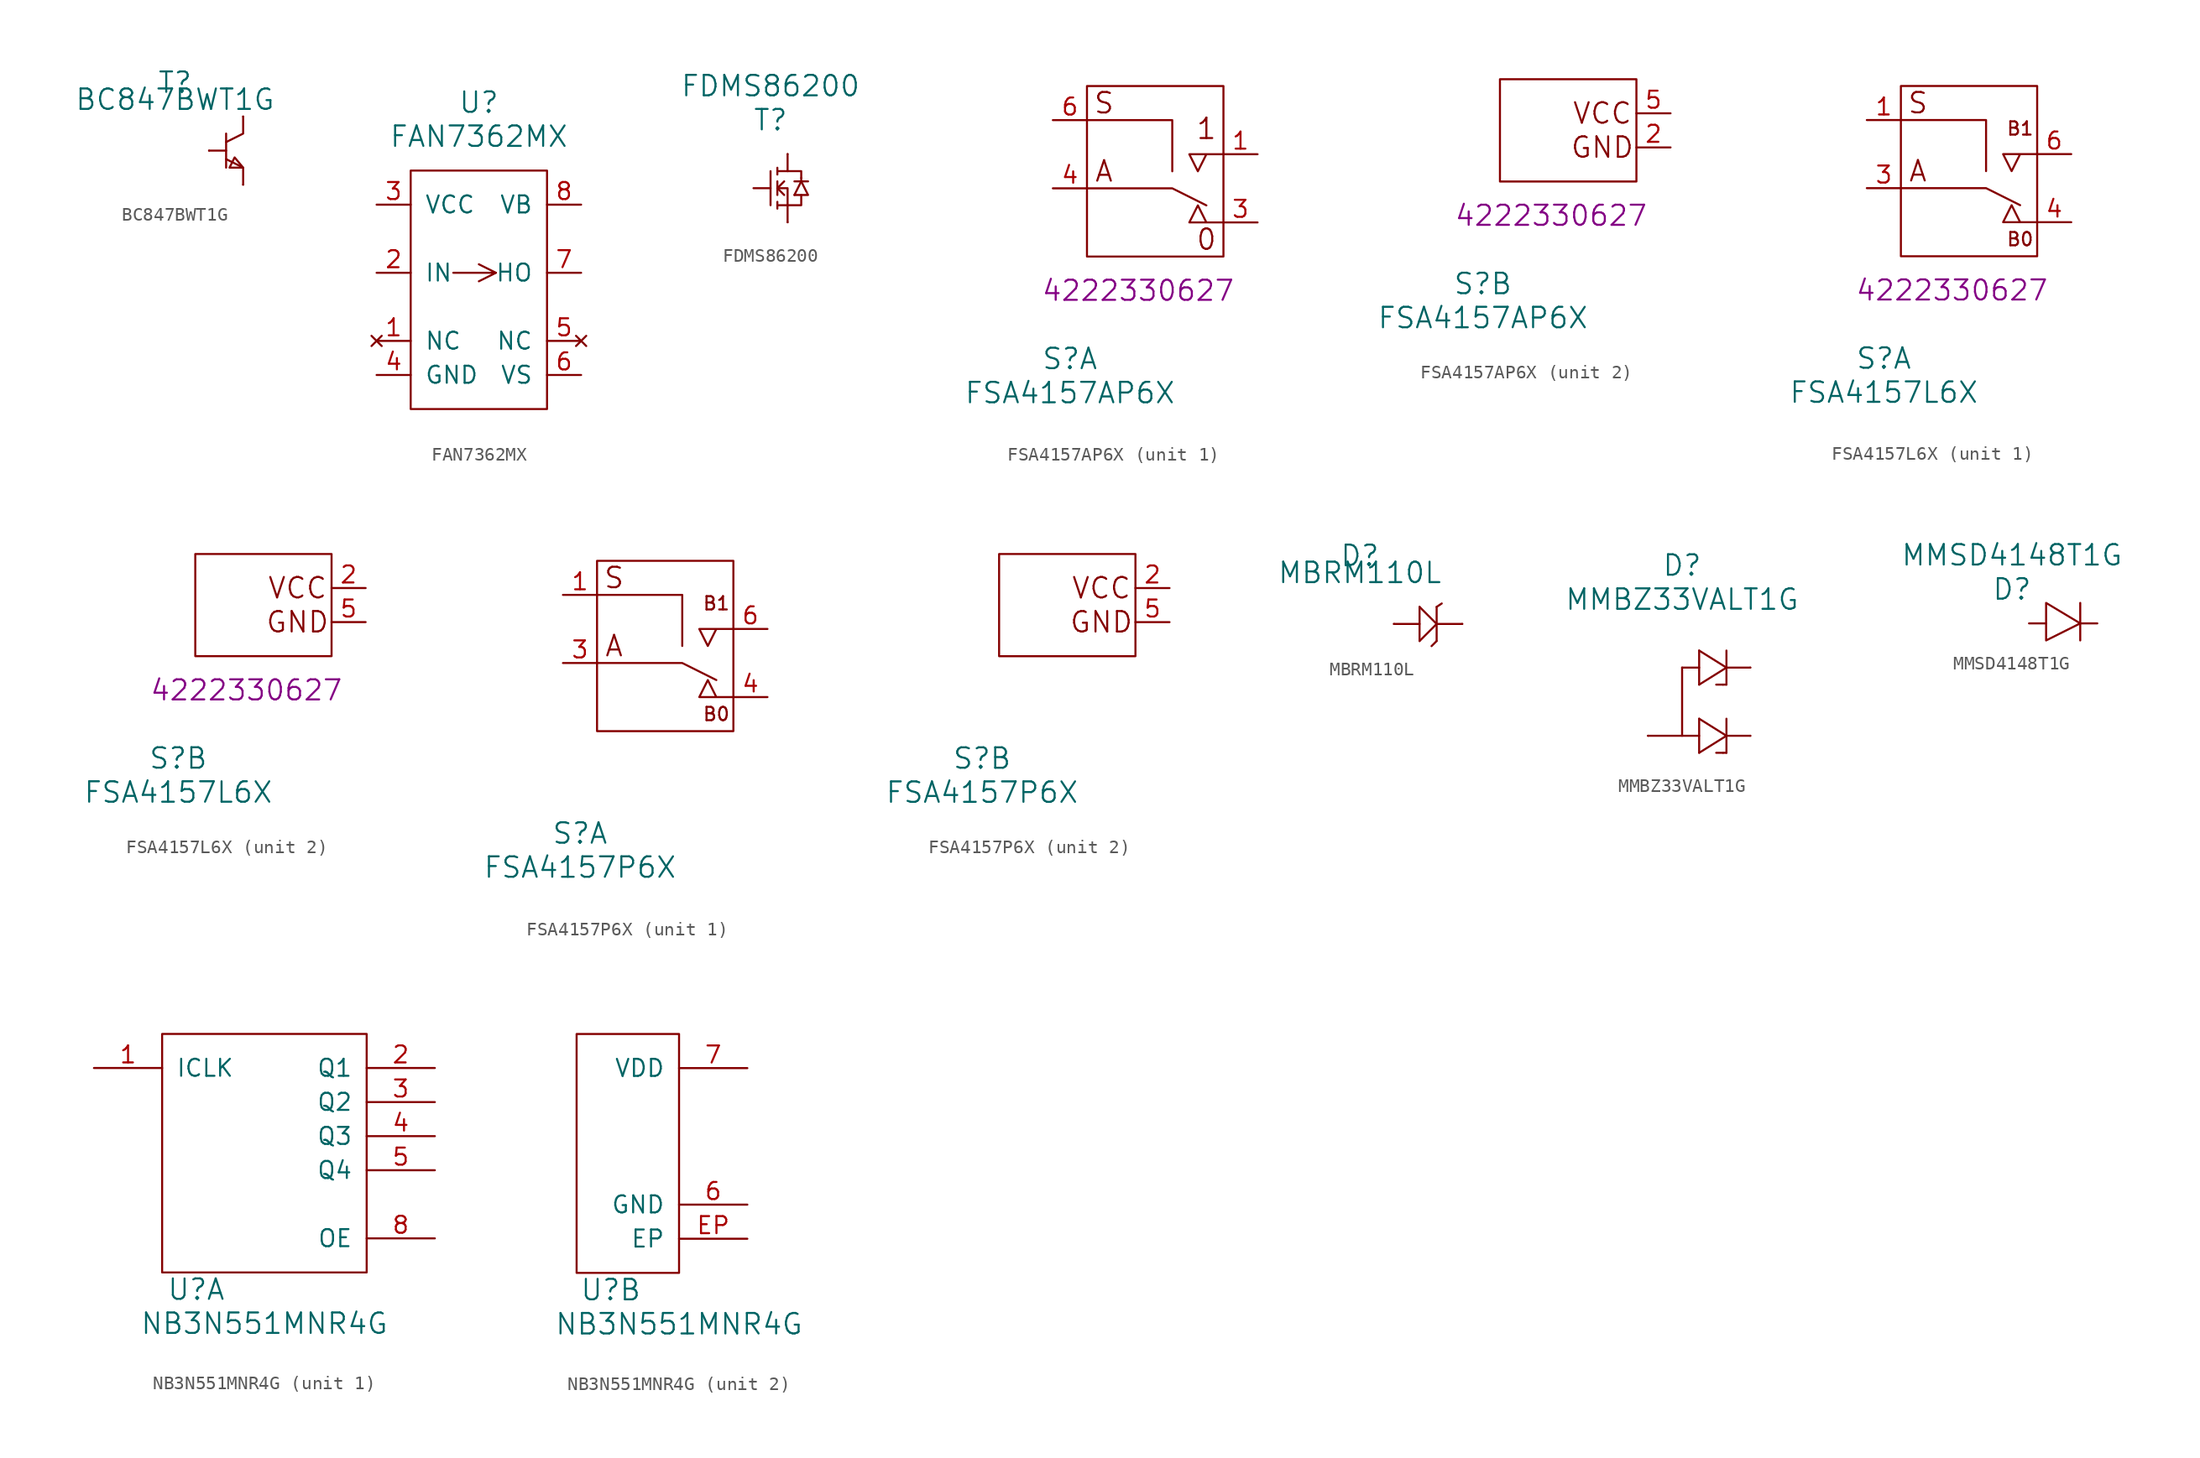
<source format=kicad_sym>
(kicad_symbol_lib
  (version 20220914)
  (generator kicad_symbol_editor)
  (symbol "BC847BWT1G"
    (pin_numbers hide)
    (pin_names
      (offset 1.016) hide)
    (property "Reference" "T"
      (at -2.54 5.08 0)
      (effects (font (size 1.524 1.524))))
    (property "Value" "BC847BWT1G"
      (at -2.54 3.81 0)
      (effects (font (size 1.524 1.524))))
    (symbol "BC847BWT1G_0_1"
      (polyline (pts (xy 0 0) (xy 1.27 0)) (stroke (width 0) (type solid)) (fill (type none)))
      (polyline (pts (xy 1.27 1.27) (xy 1.27 -1.27)) (stroke (width 0) (type solid)) (fill (type none)))
      (polyline (pts (xy 2.54 -2.54) (xy 2.54 -1.27) (xy 1.27 -0.635)) (stroke (width 0) (type solid)) (fill (type none)))
      (polyline (pts (xy 2.54 2.54) (xy 2.54 1.27) (xy 1.27 0.635)) (stroke (width 0) (type solid)) (fill (type none)))
      (polyline (pts (xy 2.54 -1.27) (xy 1.905 -0.508) (xy 1.524 -1.27) (xy 2.54 -1.27)) (stroke (width 0) (type solid)) (fill (type none))))
    (symbol "BC847BWT1G_1_1"
      (pin input line (at 0 0 0) (length 0) (name "B" (effects (font (size 1.27 1.27)))) (number "1" (effects (font (size 1.27 1.27)))))
      (pin passive line (at 2.54 -2.54 180) (length 0) (name "E" (effects (font (size 1.27 1.27)))) (number "2" (effects (font (size 1.27 1.27)))))
      (pin passive line (at 2.54 2.54 0) (length 0) (name "C" (effects (font (size 1.27 1.27)))) (number "3" (effects (font (size 1.27 1.27)))))))
  (symbol "FAN7362MX"
    (pin_names
      (offset 1.016))
    (property "Reference" "U"
      (at 5.08 22.86 0)
      (effects (font (size 1.524 1.524))))
    (property "Value" "FAN7362MX"
      (at 5.08 20.32 0)
      (effects (font (size 1.524 1.524))))
    (symbol "FAN7362MX_0_1"
      (polyline (pts (xy 5.08 10.795) (xy 6.35 10.16)) (stroke (width 0) (type solid)) (fill (type none)))
      (polyline (pts (xy 3.175 10.16) (xy 6.35 10.16) (xy 5.08 9.525)) (stroke (width 0) (type solid)) (fill (type none))))
    (symbol "FAN7362MX_1_1"
      (rectangle (start 0 0) (end 10.16 17.78) (stroke (width 0) (type solid)) (fill (type none)))
      (pin no_connect line (at -2.54 5.08 0) (length 2.54) (name "NC" (effects (font (size 1.27 1.27)))) (number "1" (effects (font (size 1.27 1.27)))))
      (pin input line (at -2.54 10.16 0) (length 2.54) (name "IN" (effects (font (size 1.27 1.27)))) (number "2" (effects (font (size 1.27 1.27)))))
      (pin power_in line (at -2.54 15.24 0) (length 2.54) (name "VCC" (effects (font (size 1.27 1.27)))) (number "3" (effects (font (size 1.27 1.27)))))
      (pin power_in line (at -2.54 2.54 0) (length 2.54) (name "GND" (effects (font (size 1.27 1.27)))) (number "4" (effects (font (size 1.27 1.27)))))
      (pin no_connect line (at 12.7 5.08 180) (length 2.54) (name "NC" (effects (font (size 1.27 1.27)))) (number "5" (effects (font (size 1.27 1.27)))))
      (pin power_in line (at 12.7 2.54 180) (length 2.54) (name "VS" (effects (font (size 1.27 1.27)))) (number "6" (effects (font (size 1.27 1.27)))))
      (pin output line (at 12.7 10.16 180) (length 2.54) (name "HO" (effects (font (size 1.27 1.27)))) (number "7" (effects (font (size 1.27 1.27)))))
      (pin power_in line (at 12.7 15.24 180) (length 2.54) (name "VB" (effects (font (size 1.27 1.27)))) (number "8" (effects (font (size 1.27 1.27)))))))
  (symbol "FDMS86200"
    (pin_numbers hide)
    (pin_names
      (offset 1.016) hide)
    (property "Reference" "T"
      (at -1.27 5.08 0)
      (effects (font (size 1.524 1.524))))
    (property "Value" "FDMS86200"
      (at -1.27 7.62 0)
      (effects (font (size 1.524 1.524))))
    (symbol "FDMS86200_0_1"
      (polyline (pts (xy -1.27 1.27) (xy -1.27 -1.27)) (stroke (width 0) (type solid)) (fill (type none)))
      (polyline (pts (xy -0.762 -1.016) (xy -0.762 -1.524)) (stroke (width 0) (type solid)) (fill (type none)))
      (polyline (pts (xy -0.762 0) (xy -0.254 -0.508)) (stroke (width 0) (type solid)) (fill (type none)))
      (polyline (pts (xy -0.762 0) (xy -0.254 0.508)) (stroke (width 0) (type solid)) (fill (type none)))
      (polyline (pts (xy -0.762 0.508) (xy -0.762 -0.508)) (stroke (width 0) (type solid)) (fill (type none)))
      (polyline (pts (xy -0.762 1.524) (xy -0.762 1.016)) (stroke (width 0) (type solid)) (fill (type none)))
      (polyline (pts (xy 0 -1.27) (xy 0 -2.54)) (stroke (width 0) (type solid)) (fill (type none)))
      (polyline (pts (xy 0 1.27) (xy 0 2.54)) (stroke (width 0) (type solid)) (fill (type none)))
      (polyline (pts (xy 0.508 -0.508) (xy 1.016 0.508)) (stroke (width 0) (type solid)) (fill (type none)))
      (polyline (pts (xy 0.508 0.508) (xy 1.524 0.508)) (stroke (width 0) (type solid)) (fill (type none)))
      (polyline (pts (xy 1.016 0.508) (xy 1.016 0.762)) (stroke (width 0) (type solid)) (fill (type none)))
      (polyline (pts (xy -0.762 -1.27) (xy 1.016 -1.27) (xy 1.016 -0.508)) (stroke (width 0) (type solid)) (fill (type none)))
      (polyline (pts (xy -0.762 0) (xy 0 0) (xy 0 -1.27)) (stroke (width 0) (type solid)) (fill (type none)))
      (polyline (pts (xy -0.762 1.27) (xy 1.016 1.27) (xy 1.016 0.762)) (stroke (width 0) (type solid)) (fill (type none)))
      (polyline (pts (xy 0.508 -0.508) (xy 1.524 -0.508) (xy 1.016 0.508)) (stroke (width 0) (type solid)) (fill (type none))))
    (symbol "FDMS86200_1_1"
      (pin input line (at 0 2.54 0) (length 0) (name "D" (effects (font (size 1.27 1.27)))) (number "D" (effects (font (size 1.27 1.27)))))
      (pin input line (at -2.54 0 0) (length 1.27) (name "G" (effects (font (size 1.27 1.27)))) (number "G" (effects (font (size 1.27 1.27)))))
      (pin passive line (at 0 -2.54 0) (length 0) (name "S" (effects (font (size 1.27 1.27)))) (number "S" (effects (font (size 1.27 1.27)))))))
  (symbol "FSA4157AP6X"
    (pin_names
      (offset 1.016) hide)
    (property "Reference" "S"
      (at -1.27 -7.62 0)
      (effects (font (size 1.524 1.524))))
    (property "Value" "FSA4157AP6X"
      (at -1.27 -10.16 0)
      (effects (font (size 1.524 1.524))))
    (property "AC" "4222330627"
      (at 3.81 -2.54 0)
      (effects (font (size 1.499 1.499))))
    (property "ki_locked" ""
      (at 0 0 0)
      (effects (font (size 1.27 1.27))))
    (symbol "FSA4157AP6X_1_1"
      (polyline (pts (xy 0 5.08) (xy 6.35 5.08) (xy 8.89 3.81)) (stroke (width 0) (type solid)) (fill (type none)))
      (polyline (pts (xy 0 10.16) (xy 6.35 10.16) (xy 6.35 6.35)) (stroke (width 0) (type solid)) (fill (type none)))
      (polyline (pts (xy 10.16 2.54) (xy 7.62 2.54) (xy 8.255 3.81) (xy 8.89 2.54)) (stroke (width 0) (type solid)) (fill (type none)))
      (polyline (pts (xy 10.16 7.62) (xy 7.62 7.62) (xy 8.255 6.35) (xy 8.89 7.62)) (stroke (width 0) (type solid)) (fill (type none)))
      (rectangle (start 0 0) (end 10.16 12.7) (stroke (width 0) (type solid)) (fill (type none)))
      (text "0" (at 8.89 1.27 0) (effects (font (size 1.524 1.524))))
      (text "1" (at 8.89 9.525 0) (effects (font (size 1.524 1.524))))
      (text "A" (at 1.27 6.35 0) (effects (font (size 1.524 1.524))))
      (text "S" (at 1.27 11.43 0) (effects (font (size 1.524 1.524))))
      (pin passive line (at 12.7 7.62 180) (length 2.54) (name "B1" (effects (font (size 1.27 1.27)))) (number "1" (effects (font (size 1.27 1.27)))))
      (pin passive line (at 12.7 2.54 180) (length 2.54) (name "B0" (effects (font (size 1.27 1.27)))) (number "3" (effects (font (size 1.27 1.27)))))
      (pin passive line (at -2.54 5.08 0) (length 2.54) (name "A" (effects (font (size 1.27 1.27)))) (number "4" (effects (font (size 1.27 1.27)))))
      (pin passive line (at -2.54 10.16 0) (length 2.54) (name "S" (effects (font (size 1.27 1.27)))) (number "6" (effects (font (size 1.27 1.27))))))
    (symbol "FSA4157AP6X_2_1"
      (rectangle (start 0 7.62) (end 10.16 0) (stroke (width 0) (type solid)) (fill (type none)))
      (text "GND" (at 7.62 2.54 0) (effects (font (size 1.524 1.524))))
      (text "VCC" (at 7.62 5.08 0) (effects (font (size 1.524 1.524))))
      (pin power_in line (at 12.7 2.54 180) (length 2.54) (name "GND" (effects (font (size 1.27 1.27)))) (number "2" (effects (font (size 1.27 1.27)))))
      (pin power_in line (at 12.7 5.08 180) (length 2.54) (name "VCC" (effects (font (size 1.27 1.27)))) (number "5" (effects (font (size 1.27 1.27)))))))
  (symbol "FSA4157L6X"
    (pin_names
      (offset 1.016) hide)
    (property "Reference" "S"
      (at -1.27 -7.62 0)
      (effects (font (size 1.524 1.524))))
    (property "Value" "FSA4157L6X"
      (at -1.27 -10.16 0)
      (effects (font (size 1.524 1.524))))
    (property "AC" "4222330627"
      (at 3.81 -2.54 0)
      (effects (font (size 1.499 1.499))))
    (property "ki_locked" ""
      (at 0 0 0)
      (effects (font (size 1.27 1.27))))
    (symbol "FSA4157L6X_1_1"
      (polyline (pts (xy 0 5.08) (xy 6.35 5.08) (xy 8.89 3.81)) (stroke (width 0) (type solid)) (fill (type none)))
      (polyline (pts (xy 0 10.16) (xy 6.35 10.16) (xy 6.35 6.35)) (stroke (width 0) (type solid)) (fill (type none)))
      (polyline (pts (xy 10.16 2.54) (xy 7.62 2.54) (xy 8.255 3.81) (xy 8.89 2.54)) (stroke (width 0) (type solid)) (fill (type none)))
      (polyline (pts (xy 10.16 7.62) (xy 7.62 7.62) (xy 8.255 6.35) (xy 8.89 7.62)) (stroke (width 0) (type solid)) (fill (type none)))
      (rectangle (start 0 0) (end 10.16 12.7) (stroke (width 0) (type solid)) (fill (type none)))
      (text "A" (at 1.27 6.35 0) (effects (font (size 1.524 1.524))))
      (text "B0" (at 8.89 1.27 0) (effects (font (size 0.991 0.991))))
      (text "B1" (at 8.89 9.525 0) (effects (font (size 0.991 0.991))))
      (text "S" (at 1.27 11.43 0) (effects (font (size 1.524 1.524))))
      (pin passive line (at -2.54 10.16 0) (length 2.54) (name "S" (effects (font (size 1.27 1.27)))) (number "1" (effects (font (size 1.27 1.27)))))
      (pin passive line (at -2.54 5.08 0) (length 2.54) (name "A" (effects (font (size 1.27 1.27)))) (number "3" (effects (font (size 1.27 1.27)))))
      (pin passive line (at 12.7 2.54 180) (length 2.54) (name "B0" (effects (font (size 1.27 1.27)))) (number "4" (effects (font (size 1.27 1.27)))))
      (pin passive line (at 12.7 7.62 180) (length 2.54) (name "B1" (effects (font (size 1.27 1.27)))) (number "6" (effects (font (size 1.27 1.27))))))
    (symbol "FSA4157L6X_2_1"
      (rectangle (start 0 7.62) (end 10.16 0) (stroke (width 0) (type solid)) (fill (type none)))
      (text "GND" (at 7.62 2.54 0) (effects (font (size 1.524 1.524))))
      (text "VCC" (at 7.62 5.08 0) (effects (font (size 1.524 1.524))))
      (pin power_in line (at 12.7 5.08 180) (length 2.54) (name "VCC" (effects (font (size 1.27 1.27)))) (number "2" (effects (font (size 1.27 1.27)))))
      (pin power_in line (at 12.7 2.54 180) (length 2.54) (name "GND" (effects (font (size 1.27 1.27)))) (number "5" (effects (font (size 1.27 1.27)))))))
  (symbol "FSA4157P6X"
    (pin_names
      (offset 1.016) hide)
    (property "Reference" "S"
      (at -1.27 -7.62 0)
      (effects (font (size 1.524 1.524))))
    (property "Value" "FSA4157P6X"
      (at -1.27 -10.16 0)
      (effects (font (size 1.524 1.524))))
    (property "ki_locked" ""
      (at 0 0 0)
      (effects (font (size 1.27 1.27))))
    (symbol "FSA4157P6X_1_1"
      (polyline (pts (xy 0 5.08) (xy 6.35 5.08) (xy 8.89 3.81)) (stroke (width 0) (type solid)) (fill (type none)))
      (polyline (pts (xy 0 10.16) (xy 6.35 10.16) (xy 6.35 6.35)) (stroke (width 0) (type solid)) (fill (type none)))
      (polyline (pts (xy 10.16 2.54) (xy 7.62 2.54) (xy 8.255 3.81) (xy 8.89 2.54)) (stroke (width 0) (type solid)) (fill (type none)))
      (polyline (pts (xy 10.16 7.62) (xy 7.62 7.62) (xy 8.255 6.35) (xy 8.89 7.62)) (stroke (width 0) (type solid)) (fill (type none)))
      (rectangle (start 0 0) (end 10.16 12.7) (stroke (width 0) (type solid)) (fill (type none)))
      (text "A" (at 1.27 6.35 0) (effects (font (size 1.524 1.524))))
      (text "B0" (at 8.89 1.27 0) (effects (font (size 0.991 0.991))))
      (text "B1" (at 8.89 9.525 0) (effects (font (size 0.991 0.991))))
      (text "S" (at 1.27 11.43 0) (effects (font (size 1.524 1.524))))
      (pin passive line (at -2.54 10.16 0) (length 2.54) (name "S" (effects (font (size 1.27 1.27)))) (number "1" (effects (font (size 1.27 1.27)))))
      (pin passive line (at -2.54 5.08 0) (length 2.54) (name "A" (effects (font (size 1.27 1.27)))) (number "3" (effects (font (size 1.27 1.27)))))
      (pin passive line (at 12.7 2.54 180) (length 2.54) (name "B0" (effects (font (size 1.27 1.27)))) (number "4" (effects (font (size 1.27 1.27)))))
      (pin passive line (at 12.7 7.62 180) (length 2.54) (name "B1" (effects (font (size 1.27 1.27)))) (number "6" (effects (font (size 1.27 1.27))))))
    (symbol "FSA4157P6X_2_1"
      (rectangle (start 0 7.62) (end 10.16 0) (stroke (width 0) (type solid)) (fill (type none)))
      (text "GND" (at 7.62 2.54 0) (effects (font (size 1.524 1.524))))
      (text "VCC" (at 7.62 5.08 0) (effects (font (size 1.524 1.524))))
      (pin power_in line (at 12.7 5.08 180) (length 2.54) (name "VCC" (effects (font (size 1.27 1.27)))) (number "2" (effects (font (size 1.27 1.27)))))
      (pin power_in line (at 12.7 2.54 180) (length 2.54) (name "GND" (effects (font (size 1.27 1.27)))) (number "5" (effects (font (size 1.27 1.27)))))))
  (symbol "MBRM110L"
    (pin_numbers hide)
    (pin_names
      (offset 1.016) hide)
    (property "Reference" "D"
      (at -2.54 5.08 0)
      (effects (font (size 1.524 1.524))))
    (property "Value" "MBRM110L"
      (at -2.54 3.81 0)
      (effects (font (size 1.524 1.524))))
    (symbol "MBRM110L_0_1"
      (polyline (pts (xy 0 0) (xy 1.905 0)) (stroke (width 0) (type solid)) (fill (type none)))
      (polyline (pts (xy 1.905 1.27) (xy 1.905 -1.27)) (stroke (width 0) (type solid)) (fill (type none)))
      (polyline (pts (xy 3.175 -1.27) (xy 2.794 -1.651)) (stroke (width 0) (type solid)) (fill (type none)))
      (polyline (pts (xy 3.175 1.27) (xy 3.175 -1.27)) (stroke (width 0) (type solid)) (fill (type none)))
      (polyline (pts (xy 3.556 1.524) (xy 3.175 1.27)) (stroke (width 0) (type solid)) (fill (type none)))
      (polyline (pts (xy 5.08 0) (xy 3.175 0)) (stroke (width 0) (type solid)) (fill (type none)))
      (polyline (pts (xy 1.905 1.27) (xy 3.175 0) (xy 1.905 -1.27)) (stroke (width 0) (type solid)) (fill (type none))))
    (symbol "MBRM110L_1_1"
      (pin passive line (at 0 0 0) (length 0) (name "A" (effects (font (size 1.27 1.27)))) (number "A" (effects (font (size 1.27 1.27)))))
      (pin passive line (at 5.08 0 180) (length 0) (name "C" (effects (font (size 1.27 1.27)))) (number "C" (effects (font (size 1.27 1.27)))))))
  (symbol "MMBZ33VALT1G"
    (pin_numbers hide)
    (pin_names
      (offset 1.016) hide)
    (property "Reference" "D"
      (at 2.54 12.7 0)
      (effects (font (size 1.524 1.524))))
    (property "Value" "MMBZ33VALT1G"
      (at 2.54 10.16 0)
      (effects (font (size 1.524 1.524))))
    (symbol "MMBZ33VALT1G_0_1"
      (polyline (pts (xy 2.54 0) (xy 3.81 0)) (stroke (width 0) (type solid)) (fill (type none)))
      (polyline (pts (xy 2.54 5.08) (xy 3.81 5.08)) (stroke (width 0) (type solid)) (fill (type none)))
      (polyline (pts (xy 3.81 1.27) (xy 3.81 -1.27)) (stroke (width 0) (type solid)) (fill (type none)))
      (polyline (pts (xy 3.81 6.35) (xy 3.81 3.81)) (stroke (width 0) (type solid)) (fill (type none)))
      (polyline (pts (xy 5.08 -1.27) (xy 5.588 -1.27)) (stroke (width 0) (type solid)) (fill (type none)))
      (polyline (pts (xy 5.08 3.81) (xy 5.588 3.81)) (stroke (width 0) (type solid)) (fill (type none)))
      (polyline (pts (xy 5.588 -1.27) (xy 5.842 -1.27)) (stroke (width 0) (type solid)) (fill (type none)))
      (polyline (pts (xy 5.588 3.81) (xy 5.842 3.81)) (stroke (width 0) (type solid)) (fill (type none)))
      (polyline (pts (xy 5.842 1.27) (xy 5.842 -1.27)) (stroke (width 0) (type solid)) (fill (type none)))
      (polyline (pts (xy 5.842 6.35) (xy 5.842 3.81)) (stroke (width 0) (type solid)) (fill (type none)))
      (polyline (pts (xy 7.62 0) (xy 5.842 0)) (stroke (width 0) (type solid)) (fill (type none)))
      (polyline (pts (xy 7.62 5.08) (xy 5.842 5.08)) (stroke (width 0) (type solid)) (fill (type none)))
      (polyline (pts (xy 2.54 5.08) (xy 2.54 0) (xy 0 0)) (stroke (width 0) (type solid)) (fill (type none)))
      (polyline (pts (xy 3.81 1.27) (xy 5.842 0) (xy 3.81 -1.27)) (stroke (width 0) (type solid)) (fill (type none)))
      (polyline (pts (xy 3.81 6.35) (xy 5.842 5.08) (xy 3.81 3.81)) (stroke (width 0) (type solid)) (fill (type none))))
    (symbol "MMBZ33VALT1G_1_1"
      (pin passive line (at 7.62 5.08 180) (length 0) (name "C1" (effects (font (size 1.27 1.27)))) (number "1" (effects (font (size 1.27 1.27)))))
      (pin passive line (at 7.62 0 180) (length 0) (name "C2" (effects (font (size 1.27 1.27)))) (number "2" (effects (font (size 1.27 1.27)))))
      (pin passive line (at 0 0 0) (length 0) (name "A" (effects (font (size 1.27 1.27)))) (number "3" (effects (font (size 1.27 1.27)))))))
  (symbol "MMSD4148T1G"
    (pin_numbers hide)
    (pin_names
      (offset 1.016) hide)
    (property "Reference" "D"
      (at -1.27 5.08 0)
      (effects (font (size 1.524 1.524))))
    (property "Value" "MMSD4148T1G"
      (at -1.27 7.62 0)
      (effects (font (size 1.524 1.524))))
    (symbol "MMSD4148T1G_0_1"
      (polyline (pts (xy 3.81 1.27) (xy 3.81 4.064)) (stroke (width 0) (type solid)) (fill (type none)))
      (polyline (pts (xy 1.27 2.54) (xy 1.27 4.064) (xy 3.81 2.54) (xy 1.27 1.27) (xy 1.27 2.54)) (stroke (width 0) (type solid)) (fill (type none))))
    (symbol "MMSD4148T1G_1_1"
      (pin passive line (at 0 2.54 0) (length 1.27) (name "A" (effects (font (size 1.27 1.27)))) (number "A" (effects (font (size 1.27 1.27)))))
      (pin passive line (at 5.08 2.54 180) (length 1.27) (name "C" (effects (font (size 1.27 1.27)))) (number "C" (effects (font (size 1.27 1.27)))))))
  (symbol "NB3N551MNR4G"
    (pin_names
      (offset 1.016))
    (property "Reference" "U"
      (at 2.54 -1.27 0)
      (effects (font (size 1.524 1.524))))
    (property "Value" "NB3N551MNR4G"
      (at 7.62 -3.81 0)
      (effects (font (size 1.524 1.524))))
    (property "ki_locked" ""
      (at 0 0 0)
      (effects (font (size 1.27 1.27))))
    (symbol "NB3N551MNR4G_1_1"
      (rectangle (start 15.24 17.78) (end 0 0) (stroke (width 0) (type solid)) (fill (type none)))
      (pin input line (at -5.08 15.24 0) (length 5.08) (name "ICLK" (effects (font (size 1.27 1.27)))) (number "1" (effects (font (size 1.27 1.27)))))
      (pin output line (at 20.32 15.24 180) (length 5.08) (name "Q1" (effects (font (size 1.27 1.27)))) (number "2" (effects (font (size 1.27 1.27)))))
      (pin output line (at 20.32 12.7 180) (length 5.08) (name "Q2" (effects (font (size 1.27 1.27)))) (number "3" (effects (font (size 1.27 1.27)))))
      (pin output line (at 20.32 10.16 180) (length 5.08) (name "Q3" (effects (font (size 1.27 1.27)))) (number "4" (effects (font (size 1.27 1.27)))))
      (pin output line (at 20.32 7.62 180) (length 5.08) (name "Q4" (effects (font (size 1.27 1.27)))) (number "5" (effects (font (size 1.27 1.27)))))
      (pin input line (at 20.32 2.54 180) (length 5.08) (name "OE" (effects (font (size 1.27 1.27)))) (number "8" (effects (font (size 1.27 1.27))))))
    (symbol "NB3N551MNR4G_2_1"
      (rectangle (start 0 0) (end 7.62 17.78) (stroke (width 0) (type solid)) (fill (type none)))
      (pin power_in line (at 12.7 5.08 180) (length 5.08) (name "GND" (effects (font (size 1.27 1.27)))) (number "6" (effects (font (size 1.27 1.27)))))
      (pin power_in line (at 12.7 15.24 180) (length 5.08) (name "VDD" (effects (font (size 1.27 1.27)))) (number "7" (effects (font (size 1.27 1.27)))))
      (pin power_in line (at 12.7 2.54 180) (length 5.08) (name "EP" (effects (font (size 1.27 1.27)))) (number "EP" (effects (font (size 1.27 1.27))))))))
</source>
